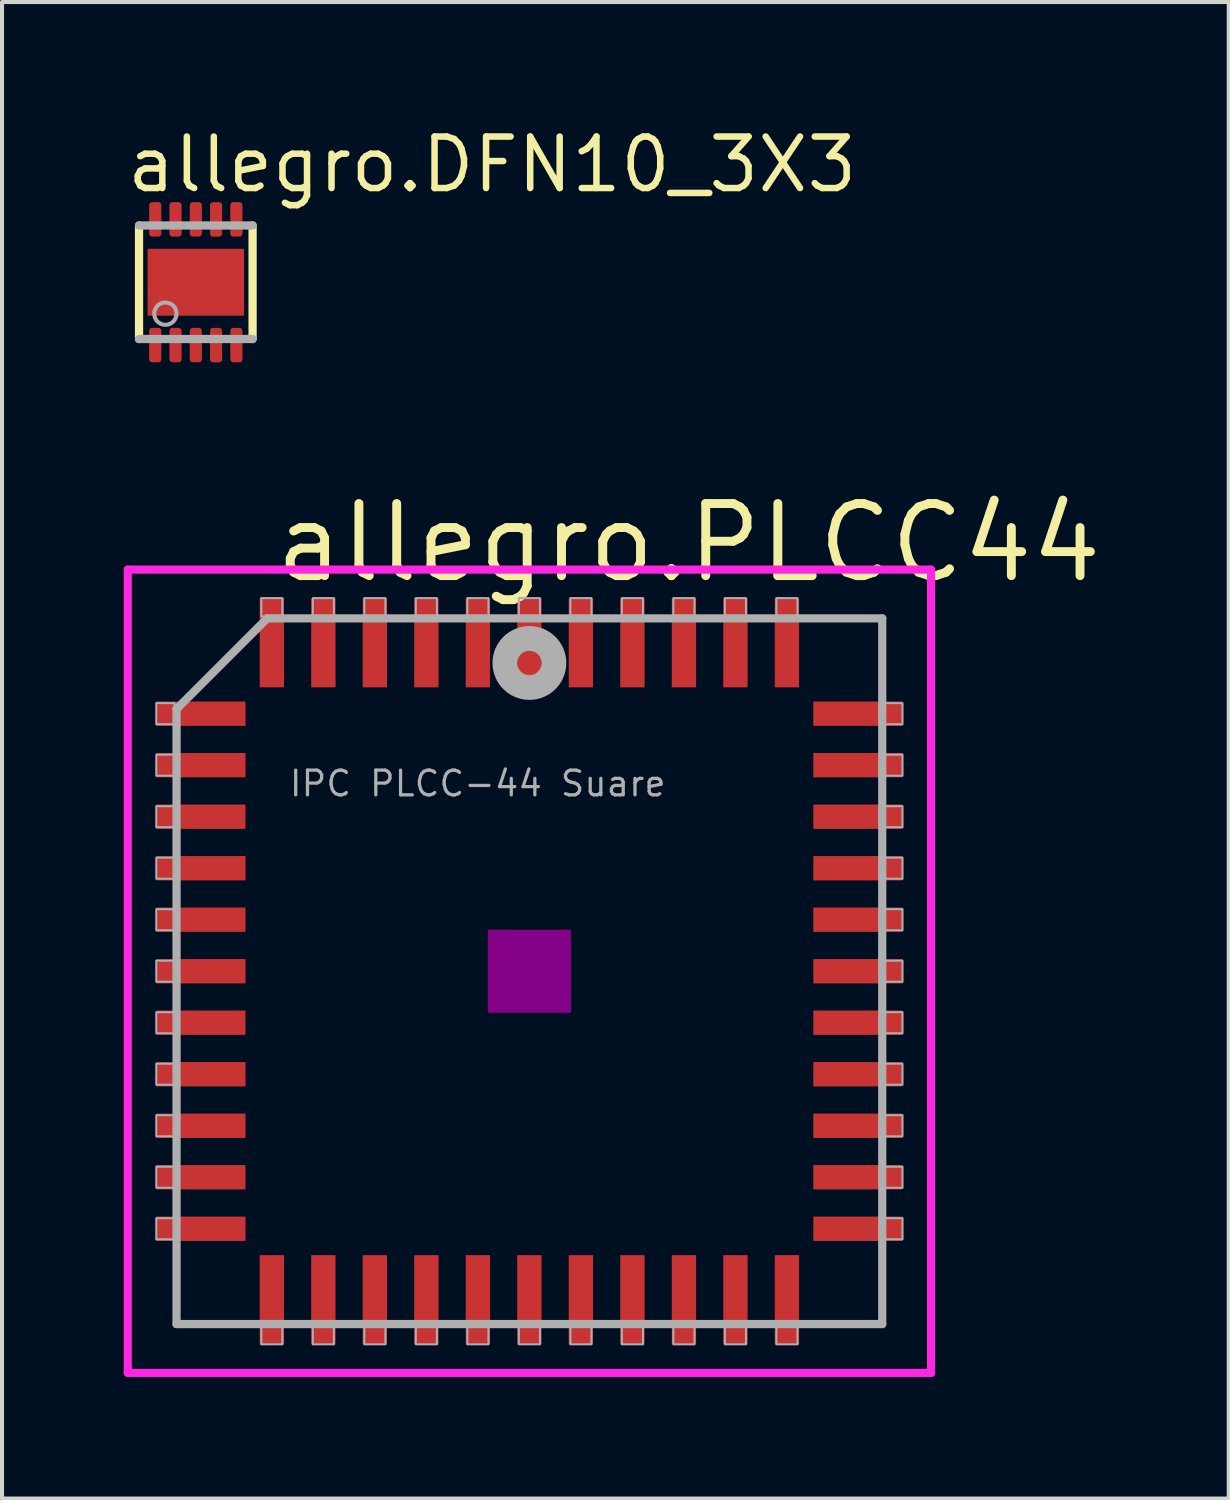
<source format=kicad_pcb>
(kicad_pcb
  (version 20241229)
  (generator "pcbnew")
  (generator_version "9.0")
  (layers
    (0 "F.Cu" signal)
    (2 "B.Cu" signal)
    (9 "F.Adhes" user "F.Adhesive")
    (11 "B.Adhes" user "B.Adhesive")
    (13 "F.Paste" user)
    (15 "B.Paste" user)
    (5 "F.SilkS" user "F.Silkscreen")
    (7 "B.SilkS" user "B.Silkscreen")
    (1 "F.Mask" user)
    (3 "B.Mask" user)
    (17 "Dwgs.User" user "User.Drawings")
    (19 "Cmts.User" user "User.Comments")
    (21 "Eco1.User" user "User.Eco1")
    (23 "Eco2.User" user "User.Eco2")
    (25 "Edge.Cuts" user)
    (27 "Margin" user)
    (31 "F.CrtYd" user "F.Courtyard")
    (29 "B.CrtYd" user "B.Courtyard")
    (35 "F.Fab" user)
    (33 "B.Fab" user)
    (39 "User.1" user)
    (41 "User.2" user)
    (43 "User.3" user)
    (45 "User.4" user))
  (footprint "allegro.DFN10_3X3"
    (layer "F.Cu")
    (at 1.778 3.909)
    (property "Reference" "allegro.DFN10_3X3" (at -1.778 -2.159 0) (layer "F.SilkS") (effects (font (size 1.27 1.27) (thickness 0.16)) (justify left bottom)))
    (attr smd)
    (fp_rect (start -1.25 0.9) (end 1.25 -0.9) (stroke (width 0.05) (type default)) (fill yes) (layer "F.Mask"))
    (fp_rect (start -1.175 -1.1) (end -0.825 -2) (stroke (width 0.05) (type default)) (fill yes) (layer "F.Mask"))
    (fp_rect (start -1.175 2) (end -0.825 1.1) (stroke (width 0.05) (type default)) (fill yes) (layer "F.Mask"))
    (fp_rect (start -0.675 -1.1) (end -0.325 -2) (stroke (width 0.05) (type default)) (fill yes) (layer "F.Mask"))
    (fp_rect (start -0.675 2) (end -0.325 1.1) (stroke (width 0.05) (type default)) (fill yes) (layer "F.Mask"))
    (fp_rect (start -0.175 -1.1) (end 0.175 -2) (stroke (width 0.05) (type default)) (fill yes) (layer "F.Mask"))
    (fp_rect (start -0.175 2) (end 0.175 1.1) (stroke (width 0.05) (type default)) (fill yes) (layer "F.Mask"))
    (fp_rect (start 0.325 -1.1) (end 0.675 -2) (stroke (width 0.05) (type default)) (fill yes) (layer "F.Mask"))
    (fp_rect (start 0.325 2) (end 0.675 1.1) (stroke (width 0.05) (type default)) (fill yes) (layer "F.Mask"))
    (fp_rect (start 0.825 -1.1) (end 1.175 -2) (stroke (width 0.05) (type default)) (fill yes) (layer "F.Mask"))
    (fp_rect (start 0.825 2) (end 1.175 1.1) (stroke (width 0.05) (type default)) (fill yes) (layer "F.Mask"))
    (fp_line (start -1.4 1.4) (end -1.4 -1.4) (stroke (width 0.203) (type default)) (layer "F.SilkS"))
    (fp_line (start 1.4 -1.4) (end 1.4 1.4) (stroke (width 0.203) (type default)) (layer "F.SilkS"))
    (fp_line (start -1.4 -1.4) (end 1.4 -1.4) (stroke (width 0.203) (type default)) (layer "F.Fab"))
    (fp_line (start 1.4 1.4) (end -1.4 1.4) (stroke (width 0.203) (type default)) (layer "F.Fab"))
    (fp_circle (center -0.75 0.775) (end -0.475 0.775) (stroke (width 0.1) (type default)) (fill no) (layer "F.Fab"))
    (pad "1" smd roundrect (at -1 1.55) (size 0.3 0.85) (layers "F.Cu" "F.Mask" "F.Paste") (roundrect_rratio 0.25))
    (pad "2" smd roundrect (at -0.5 1.55) (size 0.3 0.85) (layers "F.Cu" "F.Mask" "F.Paste") (roundrect_rratio 0.25))
    (pad "3" smd roundrect (at 0 1.55) (size 0.3 0.85) (layers "F.Cu" "F.Mask" "F.Paste") (roundrect_rratio 0.25))
    (pad "4" smd roundrect (at 0.5 1.55) (size 0.3 0.85) (layers "F.Cu" "F.Mask" "F.Paste") (roundrect_rratio 0.25))
    (pad "5" smd roundrect (at 1 1.55) (size 0.3 0.85) (layers "F.Cu" "F.Mask" "F.Paste") (roundrect_rratio 0.25))
    (pad "6" smd roundrect (at 1 -1.55) (size 0.3 0.85) (layers "F.Cu" "F.Mask" "F.Paste") (roundrect_rratio 0.25))
    (pad "7" smd roundrect (at 0.5 -1.55) (size 0.3 0.85) (layers "F.Cu" "F.Mask" "F.Paste") (roundrect_rratio 0.25))
    (pad "8" smd roundrect (at 0 -1.55) (size 0.3 0.85) (layers "F.Cu" "F.Mask" "F.Paste") (roundrect_rratio 0.25))
    (pad "9" smd roundrect (at -0.5 -1.55) (size 0.3 0.85) (layers "F.Cu" "F.Mask" "F.Paste") (roundrect_rratio 0.25))
    (pad "10" smd roundrect (at -1 -1.55) (size 0.3 0.85) (layers "F.Cu" "F.Mask" "F.Paste") (roundrect_rratio 0.25))
    (pad "EXP" smd roundrect (at 0 0) (size 2.38 1.65) (layers "F.Cu" "F.Mask" "F.Paste") (roundrect_rratio 0.01)))
  (footprint "allegro.PLCC44"
    (layer "F.Cu")
    (at 10.003 20.897)
    (property "Reference" "allegro.PLCC44" (at -6.38 -9.525 0) (layer "F.SilkS") (effects (font (size 1.778 1.778) (thickness 0.22)) (justify left bottom)))
    (attr smd)
    (fp_rect (start -1 1) (end 1 -1) (stroke (width 0.05) (type default)) (fill yes) (layer "F.Adhes"))
    (fp_line (start -9.903 -9.903) (end 9.903 -9.903) (stroke (width 0.2) (type default)) (layer "F.CrtYd"))
    (fp_line (start -9.903 9.903) (end -9.903 -9.903) (stroke (width 0.2) (type default)) (layer "F.CrtYd"))
    (fp_line (start 9.903 -9.903) (end 9.903 9.903) (stroke (width 0.2) (type default)) (layer "F.CrtYd"))
    (fp_line (start 9.903 9.903) (end -9.903 9.903) (stroke (width 0.2) (type default)) (layer "F.CrtYd"))
    (fp_line (start -8.7 -6.465) (end -8.7 8.7) (stroke (width 0.203) (type default)) (layer "F.Fab"))
    (fp_line (start -8.7 8.7) (end 8.7 8.7) (stroke (width 0.203) (type default)) (layer "F.Fab"))
    (fp_line (start -6.465 -8.7) (end -8.7 -6.465) (stroke (width 0.203) (type default)) (layer "F.Fab"))
    (fp_line (start 8.7 -8.7) (end -6.465 -8.7) (stroke (width 0.203) (type default)) (layer "F.Fab"))
    (fp_line (start 8.7 8.7) (end 8.7 -8.7) (stroke (width 0.203) (type default)) (layer "F.Fab"))
    (fp_rect (start -9.2 -6.09) (end -8.75 -6.61) (stroke (width 0.05) (type default)) (fill no) (layer "F.Fab"))
    (fp_rect (start -9.2 -4.82) (end -8.75 -5.34) (stroke (width 0.05) (type default)) (fill no) (layer "F.Fab"))
    (fp_rect (start -9.2 -3.55) (end -8.75 -4.07) (stroke (width 0.05) (type default)) (fill no) (layer "F.Fab"))
    (fp_rect (start -9.2 -2.28) (end -8.75 -2.8) (stroke (width 0.05) (type default)) (fill no) (layer "F.Fab"))
    (fp_rect (start -9.2 -1.01) (end -8.75 -1.53) (stroke (width 0.05) (type default)) (fill no) (layer "F.Fab"))
    (fp_rect (start -9.2 0.26) (end -8.75 -0.26) (stroke (width 0.05) (type default)) (fill no) (layer "F.Fab"))
    (fp_rect (start -9.2 1.53) (end -8.75 1.01) (stroke (width 0.05) (type default)) (fill no) (layer "F.Fab"))
    (fp_rect (start -9.2 2.8) (end -8.75 2.28) (stroke (width 0.05) (type default)) (fill no) (layer "F.Fab"))
    (fp_rect (start -9.2 4.07) (end -8.75 3.55) (stroke (width 0.05) (type default)) (fill no) (layer "F.Fab"))
    (fp_rect (start -9.2 5.34) (end -8.75 4.82) (stroke (width 0.05) (type default)) (fill no) (layer "F.Fab"))
    (fp_rect (start -9.2 6.61) (end -8.75 6.09) (stroke (width 0.05) (type default)) (fill no) (layer "F.Fab"))
    (fp_rect (start -6.61 -8.75) (end -6.09 -9.2) (stroke (width 0.05) (type default)) (fill no) (layer "F.Fab"))
    (fp_rect (start -6.61 9.2) (end -6.09 8.75) (stroke (width 0.05) (type default)) (fill no) (layer "F.Fab"))
    (fp_rect (start -5.34 -8.75) (end -4.82 -9.2) (stroke (width 0.05) (type default)) (fill no) (layer "F.Fab"))
    (fp_rect (start -5.34 9.2) (end -4.82 8.75) (stroke (width 0.05) (type default)) (fill no) (layer "F.Fab"))
    (fp_rect (start -4.07 -8.75) (end -3.55 -9.2) (stroke (width 0.05) (type default)) (fill no) (layer "F.Fab"))
    (fp_rect (start -4.07 9.2) (end -3.55 8.75) (stroke (width 0.05) (type default)) (fill no) (layer "F.Fab"))
    (fp_rect (start -2.8 -8.75) (end -2.28 -9.2) (stroke (width 0.05) (type default)) (fill no) (layer "F.Fab"))
    (fp_rect (start -2.8 9.2) (end -2.28 8.75) (stroke (width 0.05) (type default)) (fill no) (layer "F.Fab"))
    (fp_rect (start -1.53 -8.75) (end -1.01 -9.2) (stroke (width 0.05) (type default)) (fill no) (layer "F.Fab"))
    (fp_rect (start -1.53 9.2) (end -1.01 8.75) (stroke (width 0.05) (type default)) (fill no) (layer "F.Fab"))
    (fp_rect (start -0.26 -8.75) (end 0.26 -9.2) (stroke (width 0.05) (type default)) (fill no) (layer "F.Fab"))
    (fp_rect (start -0.26 9.2) (end 0.26 8.75) (stroke (width 0.05) (type default)) (fill no) (layer "F.Fab"))
    (fp_rect (start 1.01 -8.75) (end 1.53 -9.2) (stroke (width 0.05) (type default)) (fill no) (layer "F.Fab"))
    (fp_rect (start 1.01 9.2) (end 1.53 8.75) (stroke (width 0.05) (type default)) (fill no) (layer "F.Fab"))
    (fp_rect (start 2.28 -8.75) (end 2.8 -9.2) (stroke (width 0.05) (type default)) (fill no) (layer "F.Fab"))
    (fp_rect (start 2.28 9.2) (end 2.8 8.75) (stroke (width 0.05) (type default)) (fill no) (layer "F.Fab"))
    (fp_rect (start 3.55 -8.75) (end 4.07 -9.2) (stroke (width 0.05) (type default)) (fill no) (layer "F.Fab"))
    (fp_rect (start 3.55 9.2) (end 4.07 8.75) (stroke (width 0.05) (type default)) (fill no) (layer "F.Fab"))
    (fp_rect (start 4.82 -8.75) (end 5.34 -9.2) (stroke (width 0.05) (type default)) (fill no) (layer "F.Fab"))
    (fp_rect (start 4.82 9.2) (end 5.34 8.75) (stroke (width 0.05) (type default)) (fill no) (layer "F.Fab"))
    (fp_rect (start 6.09 -8.75) (end 6.61 -9.2) (stroke (width 0.05) (type default)) (fill no) (layer "F.Fab"))
    (fp_rect (start 6.09 9.2) (end 6.61 8.75) (stroke (width 0.05) (type default)) (fill no) (layer "F.Fab"))
    (fp_rect (start 8.75 -6.09) (end 9.2 -6.61) (stroke (width 0.05) (type default)) (fill no) (layer "F.Fab"))
    (fp_rect (start 8.75 -4.82) (end 9.2 -5.34) (stroke (width 0.05) (type default)) (fill no) (layer "F.Fab"))
    (fp_rect (start 8.75 -3.55) (end 9.2 -4.07) (stroke (width 0.05) (type default)) (fill no) (layer "F.Fab"))
    (fp_rect (start 8.75 -2.28) (end 9.2 -2.8) (stroke (width 0.05) (type default)) (fill no) (layer "F.Fab"))
    (fp_rect (start 8.75 -1.01) (end 9.2 -1.53) (stroke (width 0.05) (type default)) (fill no) (layer "F.Fab"))
    (fp_rect (start 8.75 0.26) (end 9.2 -0.26) (stroke (width 0.05) (type default)) (fill no) (layer "F.Fab"))
    (fp_rect (start 8.75 1.53) (end 9.2 1.01) (stroke (width 0.05) (type default)) (fill no) (layer "F.Fab"))
    (fp_rect (start 8.75 2.8) (end 9.2 2.28) (stroke (width 0.05) (type default)) (fill no) (layer "F.Fab"))
    (fp_rect (start 8.75 4.07) (end 9.2 3.55) (stroke (width 0.05) (type default)) (fill no) (layer "F.Fab"))
    (fp_rect (start 8.75 5.34) (end 9.2 4.82) (stroke (width 0.05) (type default)) (fill no) (layer "F.Fab"))
    (fp_rect (start 8.75 6.61) (end 9.2 6.09) (stroke (width 0.05) (type default)) (fill no) (layer "F.Fab"))
    (fp_circle (center 0 -7.6) (end 0.3 -7.6) (stroke (width 0.61) (type default)) (fill no) (layer "F.Fab"))
    (fp_text user "IPC PLCC-44 Suare" (at -5.96 -4.27 0) (layer "F.Fab") (effects (font (size 0.61 0.61) (thickness 0.08)) (justify left bottom)))
    (pad "1" smd roundrect (at 0 -8.1) (size 0.6 2.2) (layers "F.Cu" "F.Mask" "F.Paste") (roundrect_rratio 0.01))
    (pad "2" smd roundrect (at -1.27 -8.1) (size 0.6 2.2) (layers "F.Cu" "F.Mask" "F.Paste") (roundrect_rratio 0.01))
    (pad "3" smd roundrect (at -2.54 -8.1) (size 0.6 2.2) (layers "F.Cu" "F.Mask" "F.Paste") (roundrect_rratio 0.01))
    (pad "4" smd roundrect (at -3.81 -8.1) (size 0.6 2.2) (layers "F.Cu" "F.Mask" "F.Paste") (roundrect_rratio 0.01))
    (pad "5" smd roundrect (at -5.08 -8.1) (size 0.6 2.2) (layers "F.Cu" "F.Mask" "F.Paste") (roundrect_rratio 0.01))
    (pad "6" smd roundrect (at -6.35 -8.1) (size 0.6 2.2) (layers "F.Cu" "F.Mask" "F.Paste") (roundrect_rratio 0.01))
    (pad "7" smd roundrect (at -8.1 -6.35) (size 2.2 0.6) (layers "F.Cu" "F.Mask" "F.Paste") (roundrect_rratio 0.01))
    (pad "8" smd roundrect (at -8.1 -5.08) (size 2.2 0.6) (layers "F.Cu" "F.Mask" "F.Paste") (roundrect_rratio 0.01))
    (pad "9" smd roundrect (at -8.1 -3.81) (size 2.2 0.6) (layers "F.Cu" "F.Mask" "F.Paste") (roundrect_rratio 0.01))
    (pad "10" smd roundrect (at -8.1 -2.54) (size 2.2 0.6) (layers "F.Cu" "F.Mask" "F.Paste") (roundrect_rratio 0.01))
    (pad "11" smd roundrect (at -8.1 -1.27) (size 2.2 0.6) (layers "F.Cu" "F.Mask" "F.Paste") (roundrect_rratio 0.01))
    (pad "12" smd roundrect (at -8.1 0) (size 2.2 0.6) (layers "F.Cu" "F.Mask" "F.Paste") (roundrect_rratio 0.01))
    (pad "13" smd roundrect (at -8.1 1.27) (size 2.2 0.6) (layers "F.Cu" "F.Mask" "F.Paste") (roundrect_rratio 0.01))
    (pad "14" smd roundrect (at -8.1 2.54) (size 2.2 0.6) (layers "F.Cu" "F.Mask" "F.Paste") (roundrect_rratio 0.01))
    (pad "15" smd roundrect (at -8.1 3.81) (size 2.2 0.6) (layers "F.Cu" "F.Mask" "F.Paste") (roundrect_rratio 0.01))
    (pad "16" smd roundrect (at -8.1 5.08) (size 2.2 0.6) (layers "F.Cu" "F.Mask" "F.Paste") (roundrect_rratio 0.01))
    (pad "17" smd roundrect (at -8.1 6.35) (size 2.2 0.6) (layers "F.Cu" "F.Mask" "F.Paste") (roundrect_rratio 0.01))
    (pad "18" smd roundrect (at -6.35 8.1) (size 0.6 2.2) (layers "F.Cu" "F.Mask" "F.Paste") (roundrect_rratio 0.01))
    (pad "19" smd roundrect (at -5.08 8.1) (size 0.6 2.2) (layers "F.Cu" "F.Mask" "F.Paste") (roundrect_rratio 0.01))
    (pad "20" smd roundrect (at -3.81 8.1) (size 0.6 2.2) (layers "F.Cu" "F.Mask" "F.Paste") (roundrect_rratio 0.01))
    (pad "21" smd roundrect (at -2.54 8.1) (size 0.6 2.2) (layers "F.Cu" "F.Mask" "F.Paste") (roundrect_rratio 0.01))
    (pad "22" smd roundrect (at -1.27 8.1) (size 0.6 2.2) (layers "F.Cu" "F.Mask" "F.Paste") (roundrect_rratio 0.01))
    (pad "23" smd roundrect (at 0 8.1) (size 0.6 2.2) (layers "F.Cu" "F.Mask" "F.Paste") (roundrect_rratio 0.01))
    (pad "24" smd roundrect (at 1.27 8.1) (size 0.6 2.2) (layers "F.Cu" "F.Mask" "F.Paste") (roundrect_rratio 0.01))
    (pad "25" smd roundrect (at 2.54 8.1) (size 0.6 2.2) (layers "F.Cu" "F.Mask" "F.Paste") (roundrect_rratio 0.01))
    (pad "26" smd roundrect (at 3.81 8.1) (size 0.6 2.2) (layers "F.Cu" "F.Mask" "F.Paste") (roundrect_rratio 0.01))
    (pad "27" smd roundrect (at 5.08 8.1) (size 0.6 2.2) (layers "F.Cu" "F.Mask" "F.Paste") (roundrect_rratio 0.01))
    (pad "28" smd roundrect (at 6.35 8.1) (size 0.6 2.2) (layers "F.Cu" "F.Mask" "F.Paste") (roundrect_rratio 0.01))
    (pad "29" smd roundrect (at 8.1 6.35) (size 2.2 0.6) (layers "F.Cu" "F.Mask" "F.Paste") (roundrect_rratio 0.01))
    (pad "30" smd roundrect (at 8.1 5.08) (size 2.2 0.6) (layers "F.Cu" "F.Mask" "F.Paste") (roundrect_rratio 0.01))
    (pad "31" smd roundrect (at 8.1 3.81) (size 2.2 0.6) (layers "F.Cu" "F.Mask" "F.Paste") (roundrect_rratio 0.01))
    (pad "32" smd roundrect (at 8.1 2.54) (size 2.2 0.6) (layers "F.Cu" "F.Mask" "F.Paste") (roundrect_rratio 0.01))
    (pad "33" smd roundrect (at 8.1 1.27) (size 2.2 0.6) (layers "F.Cu" "F.Mask" "F.Paste") (roundrect_rratio 0.01))
    (pad "34" smd roundrect (at 8.1 0) (size 2.2 0.6) (layers "F.Cu" "F.Mask" "F.Paste") (roundrect_rratio 0.01))
    (pad "35" smd roundrect (at 8.1 -1.27) (size 2.2 0.6) (layers "F.Cu" "F.Mask" "F.Paste") (roundrect_rratio 0.01))
    (pad "36" smd roundrect (at 8.1 -2.54) (size 2.2 0.6) (layers "F.Cu" "F.Mask" "F.Paste") (roundrect_rratio 0.01))
    (pad "37" smd roundrect (at 8.1 -3.81) (size 2.2 0.6) (layers "F.Cu" "F.Mask" "F.Paste") (roundrect_rratio 0.01))
    (pad "38" smd roundrect (at 8.1 -5.08) (size 2.2 0.6) (layers "F.Cu" "F.Mask" "F.Paste") (roundrect_rratio 0.01))
    (pad "39" smd roundrect (at 8.1 -6.35) (size 2.2 0.6) (layers "F.Cu" "F.Mask" "F.Paste") (roundrect_rratio 0.01))
    (pad "40" smd roundrect (at 6.35 -8.1) (size 0.6 2.2) (layers "F.Cu" "F.Mask" "F.Paste") (roundrect_rratio 0.01))
    (pad "41" smd roundrect (at 5.08 -8.1) (size 0.6 2.2) (layers "F.Cu" "F.Mask" "F.Paste") (roundrect_rratio 0.01))
    (pad "42" smd roundrect (at 3.81 -8.1) (size 0.6 2.2) (layers "F.Cu" "F.Mask" "F.Paste") (roundrect_rratio 0.01))
    (pad "43" smd roundrect (at 2.54 -8.1) (size 0.6 2.2) (layers "F.Cu" "F.Mask" "F.Paste") (roundrect_rratio 0.01))
    (pad "44" smd roundrect (at 1.27 -8.1) (size 0.6 2.2) (layers "F.Cu" "F.Mask" "F.Paste") (roundrect_rratio 0.01)))
  (gr_rect
    (start -3 -3)
    (end 27.247 33.9)
    (stroke (width 0.1) (type default))
    (fill no)
    (layer "Edge.Cuts")))
</source>
